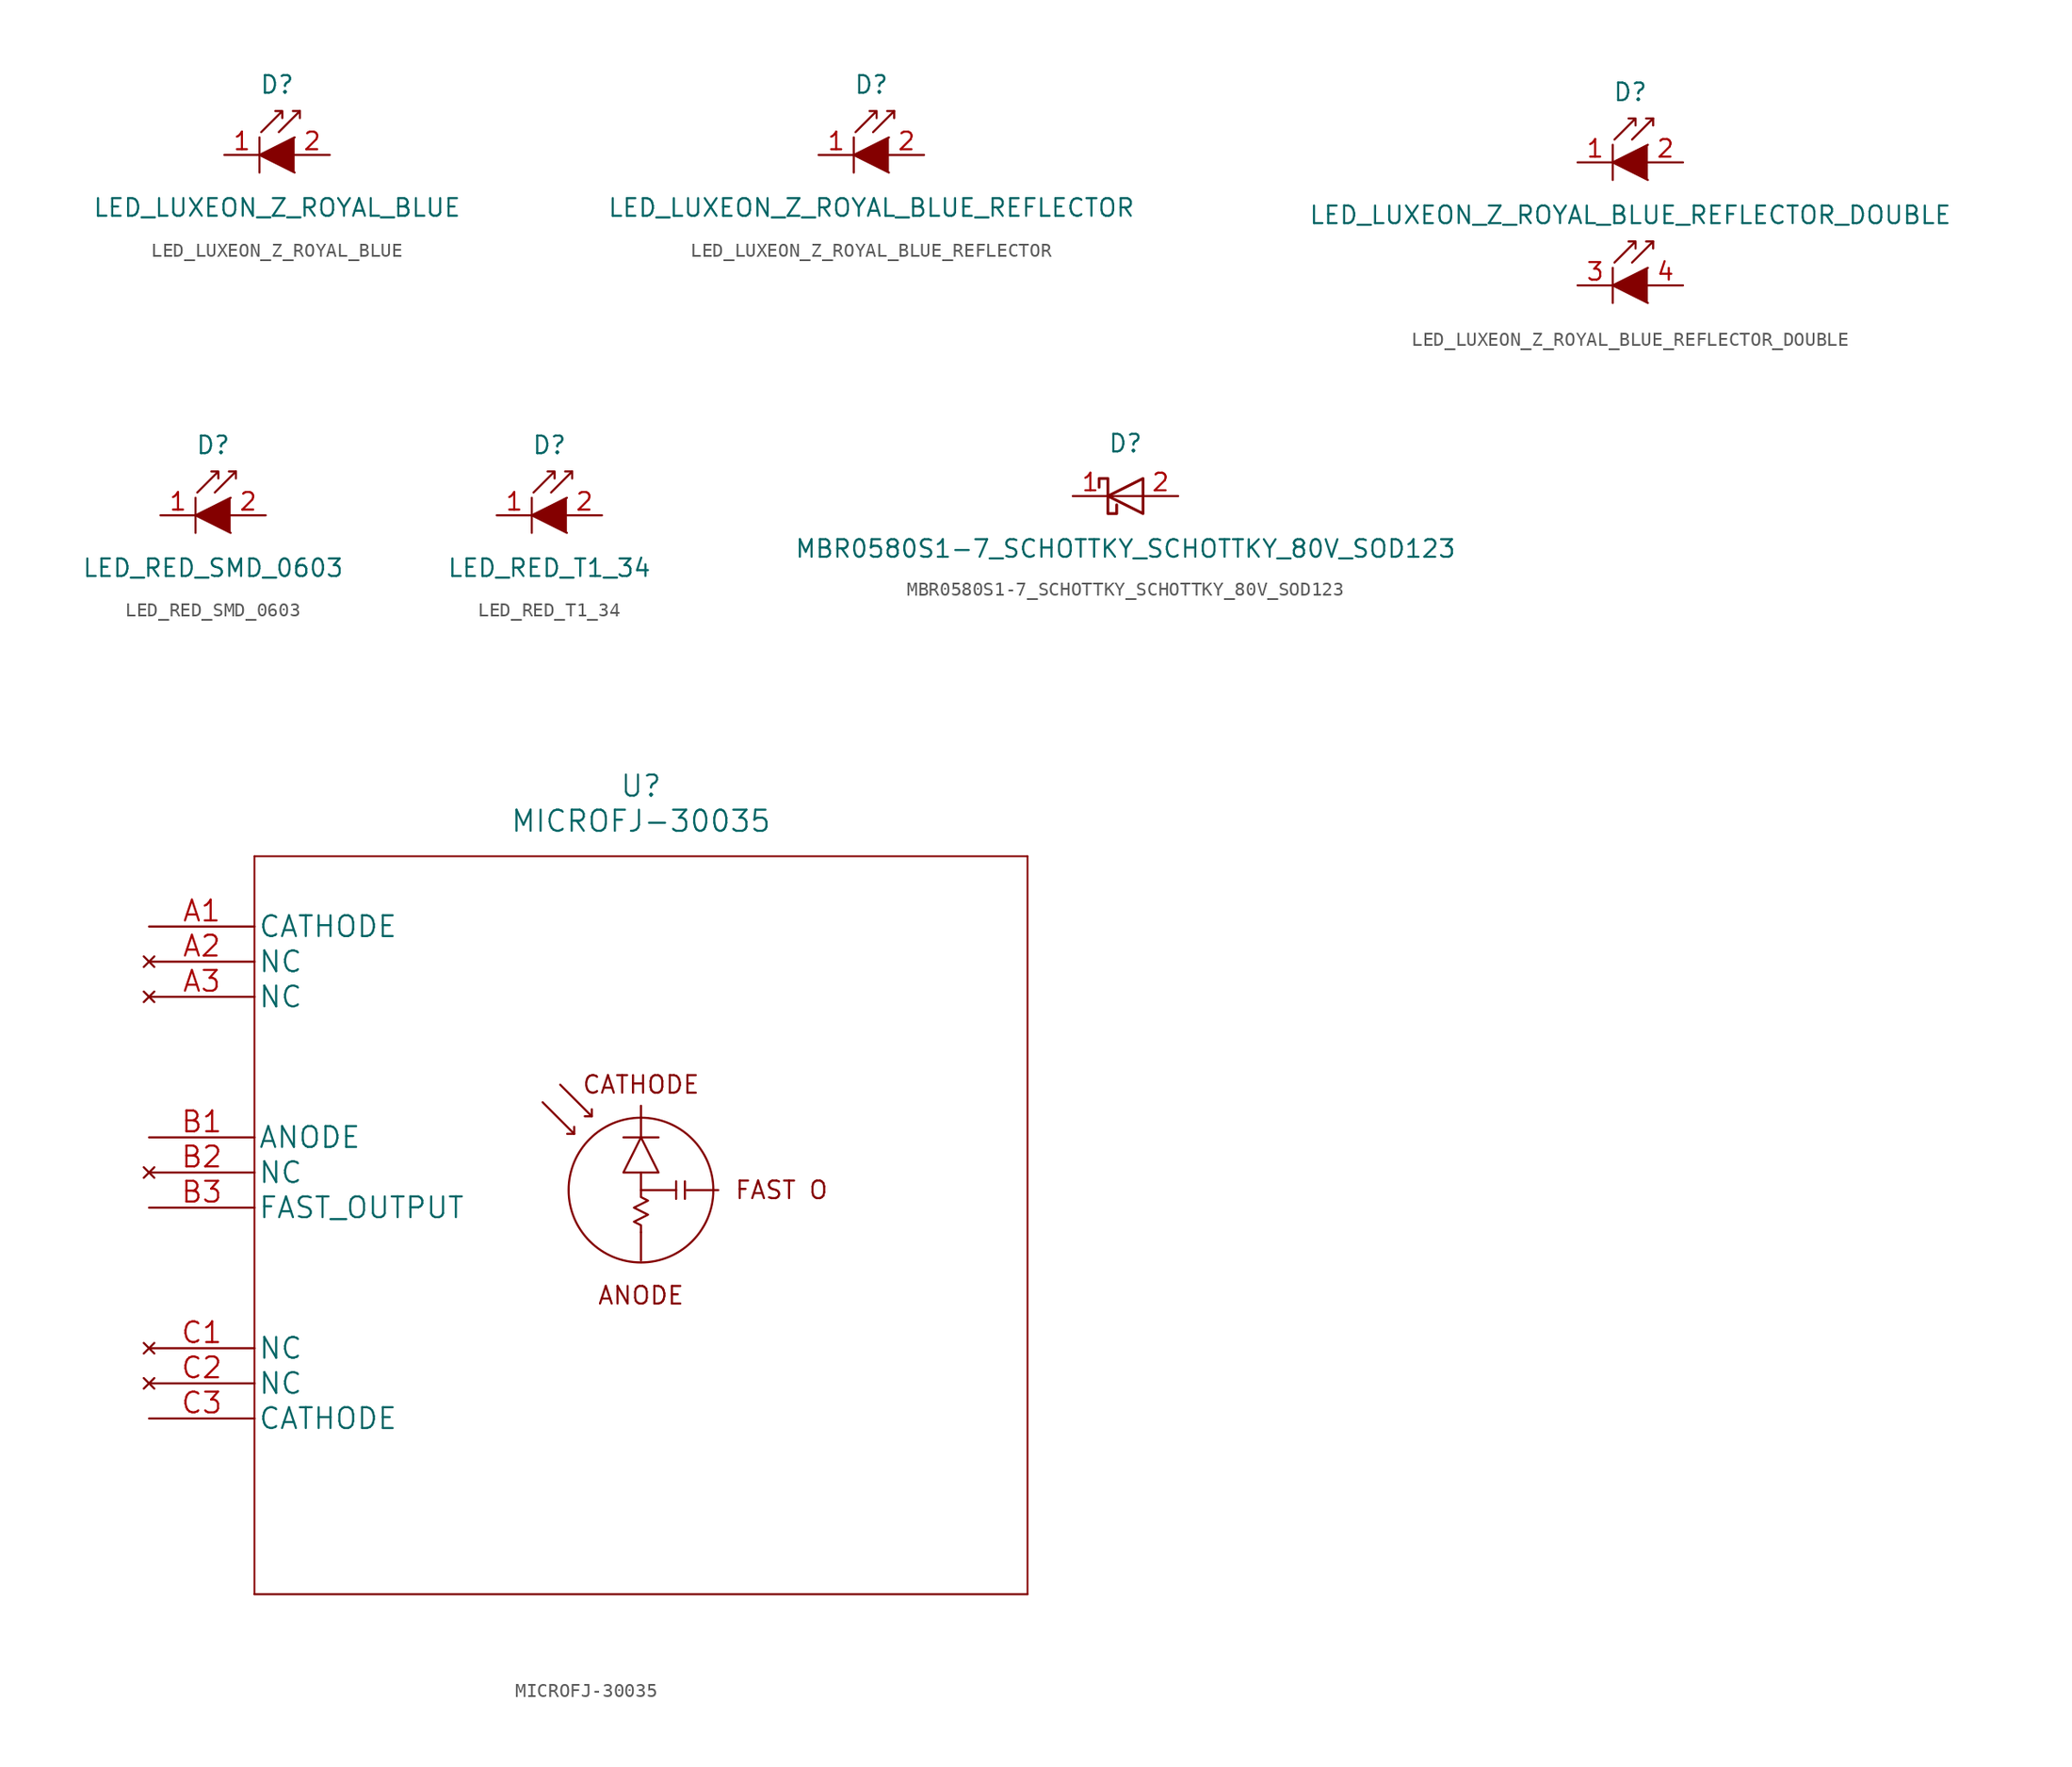
<source format=kicad_sym>
(kicad_symbol_lib
  (version 20220914)
  (generator kicad_symbol_editor)
  (symbol "LED_LUXEON_Z_ROYAL_BLUE"
    (pin_names
      (offset 1.016) hide)
    (property "Reference" "D"
      (at 0 0 0)
      (effects (font (size 1.27 1.27))))
    (property "Value" "LED_LUXEON_Z_ROYAL_BLUE"
      (at 0 -8.89 0)
      (effects (font (size 1.27 1.27))))
    (symbol "LED_LUXEON_Z_ROYAL_BLUE_1_1"
      (polyline (pts (xy -1.27 -3.81) (xy -1.27 -6.35)) (stroke (width 0.152) (type default)) (fill (type none)))
      (polyline (pts (xy 1.651 -1.905) (xy 1.143 -1.905)) (stroke (width 0) (type default)) (fill (type none)))
      (polyline (pts (xy 0.127 -3.429) (xy 1.651 -1.905) (xy 1.651 -2.413)) (stroke (width 0) (type default)) (fill (type none)))
      (polyline (pts (xy 1.27 -3.81) (xy -1.27 -5.08) (xy 1.27 -6.35)) (stroke (width 0) (type default)) (fill (type outline)))
      (polyline (pts (xy -1.143 -3.429) (xy 0.381 -1.905) (xy 0.381 -2.413) (xy 0.381 -1.905) (xy -0.127 -1.905)) (stroke (width 0) (type default)) (fill (type none)))
      (pin passive line (at -3.81 -5.08 0) (length 2.54) (name "K" (effects (font (size 1.27 1.27)))) (number "1" (effects (font (size 1.27 1.27)))))
      (pin passive line (at 3.81 -5.08 180) (length 2.54) (name "A" (effects (font (size 1.27 1.27)))) (number "2" (effects (font (size 1.27 1.27)))))))
  (symbol "LED_LUXEON_Z_ROYAL_BLUE_REFLECTOR"
    (pin_names
      (offset 1.016) hide)
    (property "Reference" "D"
      (at 0 0 0)
      (effects (font (size 1.27 1.27))))
    (property "Value" "LED_LUXEON_Z_ROYAL_BLUE_REFLECTOR"
      (at 0 -8.89 0)
      (effects (font (size 1.27 1.27))))
    (symbol "LED_LUXEON_Z_ROYAL_BLUE_REFLECTOR_1_1"
      (polyline (pts (xy -1.27 -3.81) (xy -1.27 -6.35)) (stroke (width 0.152) (type default)) (fill (type none)))
      (polyline (pts (xy 1.651 -1.905) (xy 1.143 -1.905)) (stroke (width 0) (type default)) (fill (type none)))
      (polyline (pts (xy 0.127 -3.429) (xy 1.651 -1.905) (xy 1.651 -2.413)) (stroke (width 0) (type default)) (fill (type none)))
      (polyline (pts (xy 1.27 -3.81) (xy -1.27 -5.08) (xy 1.27 -6.35)) (stroke (width 0) (type default)) (fill (type outline)))
      (polyline (pts (xy -1.143 -3.429) (xy 0.381 -1.905) (xy 0.381 -2.413) (xy 0.381 -1.905) (xy -0.127 -1.905)) (stroke (width 0) (type default)) (fill (type none)))
      (pin passive line (at -3.81 -5.08 0) (length 2.54) (name "K" (effects (font (size 1.27 1.27)))) (number "1" (effects (font (size 1.27 1.27)))))
      (pin passive line (at 3.81 -5.08 180) (length 2.54) (name "A" (effects (font (size 1.27 1.27)))) (number "2" (effects (font (size 1.27 1.27)))))))
  (symbol "LED_LUXEON_Z_ROYAL_BLUE_REFLECTOR_DOUBLE"
    (pin_names
      (offset 1.016) hide)
    (property "Reference" "D"
      (at 0 0 0)
      (effects (font (size 1.27 1.27))))
    (property "Value" "LED_LUXEON_Z_ROYAL_BLUE_REFLECTOR_DOUBLE"
      (at 0 -8.89 0)
      (effects (font (size 1.27 1.27))))
    (symbol "LED_LUXEON_Z_ROYAL_BLUE_REFLECTOR_DOUBLE_1_1"
      (polyline (pts (xy -1.27 -12.7) (xy -1.27 -15.24)) (stroke (width 0.152) (type default)) (fill (type none)))
      (polyline (pts (xy -1.27 -3.81) (xy -1.27 -6.35)) (stroke (width 0.152) (type default)) (fill (type none)))
      (polyline (pts (xy 1.651 -10.795) (xy 1.143 -10.795)) (stroke (width 0) (type default)) (fill (type none)))
      (polyline (pts (xy 1.651 -1.905) (xy 1.143 -1.905)) (stroke (width 0) (type default)) (fill (type none)))
      (polyline (pts (xy 0.127 -12.319) (xy 1.651 -10.795) (xy 1.651 -11.303)) (stroke (width 0) (type default)) (fill (type none)))
      (polyline (pts (xy 0.127 -3.429) (xy 1.651 -1.905) (xy 1.651 -2.413)) (stroke (width 0) (type default)) (fill (type none)))
      (polyline (pts (xy 1.27 -12.7) (xy -1.27 -13.97) (xy 1.27 -15.24)) (stroke (width 0) (type default)) (fill (type outline)))
      (polyline (pts (xy 1.27 -3.81) (xy -1.27 -5.08) (xy 1.27 -6.35)) (stroke (width 0) (type default)) (fill (type outline)))
      (polyline (pts (xy -1.143 -12.319) (xy 0.381 -10.795) (xy 0.381 -11.303) (xy 0.381 -10.795) (xy -0.127 -10.795)) (stroke (width 0) (type default)) (fill (type none)))
      (polyline (pts (xy -1.143 -3.429) (xy 0.381 -1.905) (xy 0.381 -2.413) (xy 0.381 -1.905) (xy -0.127 -1.905)) (stroke (width 0) (type default)) (fill (type none)))
      (pin passive line (at -3.81 -5.08 0) (length 2.54) (name "K" (effects (font (size 1.27 1.27)))) (number "1" (effects (font (size 1.27 1.27)))))
      (pin passive line (at 3.81 -5.08 180) (length 2.54) (name "A" (effects (font (size 1.27 1.27)))) (number "2" (effects (font (size 1.27 1.27)))))
      (pin passive line (at -3.81 -13.97 0) (length 2.54) (name "K" (effects (font (size 1.27 1.27)))) (number "3" (effects (font (size 1.27 1.27)))))
      (pin passive line (at 3.81 -13.97 180) (length 2.54) (name "A" (effects (font (size 1.27 1.27)))) (number "4" (effects (font (size 1.27 1.27)))))))
  (symbol "LED_RED_SMD_0603"
    (pin_names
      (offset 1.016) hide)
    (property "Reference" "D"
      (at 0 0 0)
      (effects (font (size 1.27 1.27))))
    (property "Value" "LED_RED_SMD_0603"
      (at 0 -8.89 0)
      (effects (font (size 1.27 1.27))))
    (symbol "LED_RED_SMD_0603_1_1"
      (polyline (pts (xy -1.27 -3.81) (xy -1.27 -6.35)) (stroke (width 0.152) (type default)) (fill (type none)))
      (polyline (pts (xy 1.651 -1.905) (xy 1.143 -1.905)) (stroke (width 0) (type default)) (fill (type none)))
      (polyline (pts (xy 0.127 -3.429) (xy 1.651 -1.905) (xy 1.651 -2.413)) (stroke (width 0) (type default)) (fill (type none)))
      (polyline (pts (xy 1.27 -3.81) (xy -1.27 -5.08) (xy 1.27 -6.35)) (stroke (width 0) (type default)) (fill (type outline)))
      (polyline (pts (xy -1.143 -3.429) (xy 0.381 -1.905) (xy 0.381 -2.413) (xy 0.381 -1.905) (xy -0.127 -1.905)) (stroke (width 0) (type default)) (fill (type none)))
      (pin passive line (at -3.81 -5.08 0) (length 2.54) (name "K" (effects (font (size 1.27 1.27)))) (number "1" (effects (font (size 1.27 1.27)))))
      (pin passive line (at 3.81 -5.08 180) (length 2.54) (name "A" (effects (font (size 1.27 1.27)))) (number "2" (effects (font (size 1.27 1.27)))))))
  (symbol "LED_RED_T1_34"
    (pin_names
      (offset 1.016) hide)
    (property "Reference" "D"
      (at 0 0 0)
      (effects (font (size 1.27 1.27))))
    (property "Value" "LED_RED_T1_34"
      (at 0 -8.89 0)
      (effects (font (size 1.27 1.27))))
    (symbol "LED_RED_T1_34_1_1"
      (polyline (pts (xy -1.27 -3.81) (xy -1.27 -6.35)) (stroke (width 0.152) (type default)) (fill (type none)))
      (polyline (pts (xy 1.651 -1.905) (xy 1.143 -1.905)) (stroke (width 0) (type default)) (fill (type none)))
      (polyline (pts (xy 0.127 -3.429) (xy 1.651 -1.905) (xy 1.651 -2.413)) (stroke (width 0) (type default)) (fill (type none)))
      (polyline (pts (xy 1.27 -3.81) (xy -1.27 -5.08) (xy 1.27 -6.35)) (stroke (width 0) (type default)) (fill (type outline)))
      (polyline (pts (xy -1.143 -3.429) (xy 0.381 -1.905) (xy 0.381 -2.413) (xy 0.381 -1.905) (xy -0.127 -1.905)) (stroke (width 0) (type default)) (fill (type none)))
      (pin passive line (at -3.81 -5.08 0) (length 2.54) (name "K" (effects (font (size 1.27 1.27)))) (number "1" (effects (font (size 1.27 1.27)))))
      (pin passive line (at 3.81 -5.08 180) (length 2.54) (name "A" (effects (font (size 1.27 1.27)))) (number "2" (effects (font (size 1.27 1.27)))))))
  (symbol "MBR0580S1-7_SCHOTTKY_SCHOTTKY_80V_SOD123"
    (pin_names
      (offset 0) hide)
    (property "Reference" "D"
      (at 0 0 0)
      (effects (font (size 1.27 1.27))))
    (property "Value" "MBR0580S1-7_SCHOTTKY_SCHOTTKY_80V_SOD123"
      (at 0 -7.62 0)
      (effects (font (size 1.27 1.27))))
    (symbol "MBR0580S1-7_SCHOTTKY_SCHOTTKY_80V_SOD123_1_1"
      (polyline (pts (xy 1.27 -3.81) (xy -1.27 -3.81)) (stroke (width 0) (type default)) (fill (type none)))
      (polyline (pts (xy 1.27 -2.54) (xy 1.27 -5.08) (xy -1.27 -3.81) (xy 1.27 -2.54)) (stroke (width 0.203) (type default)) (fill (type none)))
      (polyline (pts (xy -1.905 -3.175) (xy -1.905 -2.54) (xy -1.27 -2.54) (xy -1.27 -5.08) (xy -0.635 -5.08) (xy -0.635 -4.445)) (stroke (width 0.203) (type default)) (fill (type none)))
      (pin passive line (at -3.81 -3.81 0) (length 2.54) (name "K" (effects (font (size 1.27 1.27)))) (number "1" (effects (font (size 1.27 1.27)))))
      (pin passive line (at 3.81 -3.81 180) (length 2.54) (name "A" (effects (font (size 1.27 1.27)))) (number "2" (effects (font (size 1.27 1.27)))))))
  (symbol "MICROFJ-30035"
    (pin_names
      (offset 0.254))
    (property "Reference" "U"
      (at 35.56 10.16 0)
      (effects (font (size 1.524 1.524))))
    (property "Value" "MICROFJ-30035"
      (at 35.56 7.62 0)
      (effects (font (size 1.524 1.524))))
    (symbol "MICROFJ-30035_0_0"
      (text "ANODE" (at 35.56 -26.67 0) (effects (font (size 1.27 1.27))))
      (text "CATHODE" (at 35.56 -11.43 0) (effects (font (size 1.27 1.27))))
      (text "FAST O" (at 45.72 -19.05 0) (effects (font (size 1.27 1.27)))))
    (symbol "MICROFJ-30035_0_1"
      (polyline (pts (xy 7.62 -48.26) (xy 63.5 -48.26)) (stroke (width 0) (type default)) (fill (type none))))
    (symbol "MICROFJ-30035_1_1"
      (polyline (pts (xy 7.62 5.08) (xy 7.62 -48.26)) (stroke (width 0.127) (type default)) (fill (type none)))
      (polyline (pts (xy 28.448 -12.7) (xy 30.734 -14.986)) (stroke (width 0) (type default)) (fill (type none)))
      (polyline (pts (xy 29.718 -11.43) (xy 32.004 -13.716)) (stroke (width 0) (type default)) (fill (type none)))
      (polyline (pts (xy 35.56 -22.098) (xy 35.56 -24.13)) (stroke (width 0) (type default)) (fill (type none)))
      (polyline (pts (xy 35.56 -12.954) (xy 35.56 -15.24)) (stroke (width 0) (type default)) (fill (type none)))
      (polyline (pts (xy 36.83 -15.24) (xy 34.29 -15.24)) (stroke (width 0) (type default)) (fill (type none)))
      (polyline (pts (xy 38.1 -18.415) (xy 38.1 -19.685)) (stroke (width 0) (type default)) (fill (type none)))
      (polyline (pts (xy 38.735 -18.415) (xy 38.735 -19.685)) (stroke (width 0) (type default)) (fill (type none)))
      (polyline (pts (xy 41.148 -19.05) (xy 38.862 -19.05)) (stroke (width 0) (type default)) (fill (type none)))
      (polyline (pts (xy 63.5 -48.26) (xy 63.5 5.08)) (stroke (width 0.127) (type default)) (fill (type none)))
      (polyline (pts (xy 63.5 5.08) (xy 7.62 5.08)) (stroke (width 0.127) (type default)) (fill (type none)))
      (polyline (pts (xy 30.226 -14.986) (xy 30.734 -14.986) (xy 30.734 -14.478)) (stroke (width 0) (type default)) (fill (type none)))
      (polyline (pts (xy 31.496 -13.716) (xy 32.004 -13.716) (xy 32.004 -13.208)) (stroke (width 0) (type default)) (fill (type none)))
      (polyline (pts (xy 35.56 -17.78) (xy 35.56 -19.05) (xy 38.1 -19.05)) (stroke (width 0) (type default)) (fill (type none)))
      (polyline (pts (xy 35.56 -15.24) (xy 36.83 -17.78) (xy 34.29 -17.78) (xy 35.56 -15.24)) (stroke (width 0) (type default)) (fill (type none)))
      (polyline (pts (xy 35.56 -19.05) (xy 35.56 -19.558) (xy 36.068 -19.812) (xy 35.052 -20.32) (xy 36.068 -20.828) (xy 35.052 -21.336) (xy 35.56 -21.59) (xy 35.56 -22.098)) (stroke (width 0) (type default)) (fill (type none)))
      (circle (center 35.56 -19.05) (radius 5.232) (stroke (width 0) (type default)) (fill (type none)))
      (pin output line (at 0 0 0) (length 7.62) (name "CATHODE" (effects (font (size 1.499 1.499)))) (number "A1" (effects (font (size 1.499 1.499)))))
      (pin no_connect line (at 0 -2.54 0) (length 7.62) (name "NC" (effects (font (size 1.499 1.499)))) (number "A2" (effects (font (size 1.499 1.499)))))
      (pin no_connect line (at 0 -5.08 0) (length 7.62) (name "NC" (effects (font (size 1.499 1.499)))) (number "A3" (effects (font (size 1.499 1.499)))))
      (pin output line (at 0 -15.24 0) (length 7.62) (name "ANODE" (effects (font (size 1.499 1.499)))) (number "B1" (effects (font (size 1.499 1.499)))))
      (pin no_connect line (at 0 -17.78 0) (length 7.62) (name "NC" (effects (font (size 1.499 1.499)))) (number "B2" (effects (font (size 1.499 1.499)))))
      (pin output line (at 0 -20.32 0) (length 7.62) (name "FAST_OUTPUT" (effects (font (size 1.499 1.499)))) (number "B3" (effects (font (size 1.499 1.499)))))
      (pin no_connect line (at 0 -30.48 0) (length 7.62) (name "NC" (effects (font (size 1.499 1.499)))) (number "C1" (effects (font (size 1.499 1.499)))))
      (pin no_connect line (at 0 -33.02 0) (length 7.62) (name "NC" (effects (font (size 1.499 1.499)))) (number "C2" (effects (font (size 1.499 1.499)))))
      (pin input line (at 0 -35.56 0) (length 7.62) (name "CATHODE" (effects (font (size 1.499 1.499)))) (number "C3" (effects (font (size 1.499 1.499))))))))
</source>
